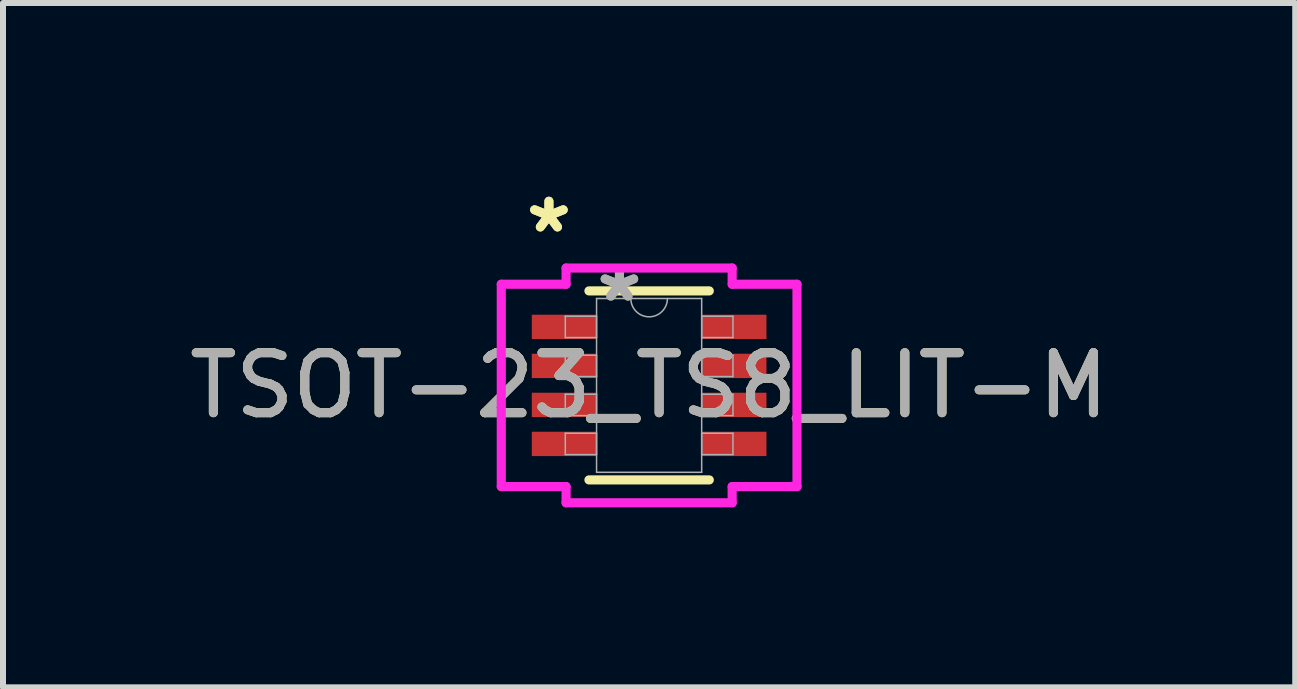
<source format=kicad_pcb>
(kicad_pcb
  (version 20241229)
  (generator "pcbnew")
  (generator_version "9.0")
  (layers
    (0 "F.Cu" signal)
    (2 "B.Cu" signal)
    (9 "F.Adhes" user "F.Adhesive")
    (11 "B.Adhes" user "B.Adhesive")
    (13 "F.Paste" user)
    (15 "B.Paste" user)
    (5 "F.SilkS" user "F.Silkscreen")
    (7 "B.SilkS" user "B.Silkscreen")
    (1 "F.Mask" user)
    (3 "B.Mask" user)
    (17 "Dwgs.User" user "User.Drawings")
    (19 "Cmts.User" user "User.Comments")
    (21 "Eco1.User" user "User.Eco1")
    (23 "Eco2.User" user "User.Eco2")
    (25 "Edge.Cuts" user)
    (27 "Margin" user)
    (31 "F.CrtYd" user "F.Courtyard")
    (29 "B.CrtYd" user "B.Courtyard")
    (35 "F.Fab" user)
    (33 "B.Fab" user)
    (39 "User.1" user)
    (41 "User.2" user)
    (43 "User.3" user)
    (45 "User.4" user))
  (footprint "TSOT-23_TS8_LIT-M"
    (layer "F.Cu")
    (at 7.768 3.373)
    (property "Reference" "TSOT-23_TS8_LIT-M" (at 0 0 0) (unlocked yes) (layer "F.SilkS") (effects (font (size 1 1) (thickness 0.15))))
    (attr smd)
    (fp_line (start -1.003 1.575) (end 1.003 1.575) (stroke (width 0.152) (type solid)) (layer "F.SilkS"))
    (fp_line (start 1.003 -1.575) (end -1.003 -1.575) (stroke (width 0.152) (type solid)) (layer "F.SilkS"))
    (fp_line (start -2.464 -1.686) (end -1.384 -1.686) (stroke (width 0.152) (type solid)) (layer "F.CrtYd"))
    (fp_line (start -2.464 1.686) (end -2.464 -1.686) (stroke (width 0.152) (type solid)) (layer "F.CrtYd"))
    (fp_line (start -2.464 1.686) (end -1.384 1.686) (stroke (width 0.152) (type solid)) (layer "F.CrtYd"))
    (fp_line (start -1.384 -1.956) (end 1.384 -1.956) (stroke (width 0.152) (type solid)) (layer "F.CrtYd"))
    (fp_line (start -1.384 -1.686) (end -1.384 -1.956) (stroke (width 0.152) (type solid)) (layer "F.CrtYd"))
    (fp_line (start -1.384 1.956) (end -1.384 1.686) (stroke (width 0.152) (type solid)) (layer "F.CrtYd"))
    (fp_line (start 1.384 -1.956) (end 1.384 -1.686) (stroke (width 0.152) (type solid)) (layer "F.CrtYd"))
    (fp_line (start 1.384 1.686) (end 1.384 1.956) (stroke (width 0.152) (type solid)) (layer "F.CrtYd"))
    (fp_line (start 1.384 1.956) (end -1.384 1.956) (stroke (width 0.152) (type solid)) (layer "F.CrtYd"))
    (fp_line (start 2.464 -1.686) (end 1.384 -1.686) (stroke (width 0.152) (type solid)) (layer "F.CrtYd"))
    (fp_line (start 2.464 -1.686) (end 2.464 1.686) (stroke (width 0.152) (type solid)) (layer "F.CrtYd"))
    (fp_line (start 2.464 1.686) (end 1.384 1.686) (stroke (width 0.152) (type solid)) (layer "F.CrtYd"))
    (fp_line (start -1.397 -1.153) (end -1.397 -0.797) (stroke (width 0.025) (type solid)) (layer "F.Fab"))
    (fp_line (start -1.397 -0.797) (end -0.876 -0.797) (stroke (width 0.025) (type solid)) (layer "F.Fab"))
    (fp_line (start -1.397 -0.503) (end -1.397 -0.147) (stroke (width 0.025) (type solid)) (layer "F.Fab"))
    (fp_line (start -1.397 -0.147) (end -0.876 -0.147) (stroke (width 0.025) (type solid)) (layer "F.Fab"))
    (fp_line (start -1.397 0.147) (end -1.397 0.503) (stroke (width 0.025) (type solid)) (layer "F.Fab"))
    (fp_line (start -1.397 0.503) (end -0.876 0.503) (stroke (width 0.025) (type solid)) (layer "F.Fab"))
    (fp_line (start -1.397 0.797) (end -1.397 1.153) (stroke (width 0.025) (type solid)) (layer "F.Fab"))
    (fp_line (start -1.397 1.153) (end -0.876 1.153) (stroke (width 0.025) (type solid)) (layer "F.Fab"))
    (fp_line (start -0.876 -1.448) (end -0.876 1.448) (stroke (width 0.025) (type solid)) (layer "F.Fab"))
    (fp_line (start -0.876 -1.153) (end -1.397 -1.153) (stroke (width 0.025) (type solid)) (layer "F.Fab"))
    (fp_line (start -0.876 -0.797) (end -0.876 -1.153) (stroke (width 0.025) (type solid)) (layer "F.Fab"))
    (fp_line (start -0.876 -0.503) (end -1.397 -0.503) (stroke (width 0.025) (type solid)) (layer "F.Fab"))
    (fp_line (start -0.876 -0.147) (end -0.876 -0.503) (stroke (width 0.025) (type solid)) (layer "F.Fab"))
    (fp_line (start -0.876 0.147) (end -1.397 0.147) (stroke (width 0.025) (type solid)) (layer "F.Fab"))
    (fp_line (start -0.876 0.503) (end -0.876 0.147) (stroke (width 0.025) (type solid)) (layer "F.Fab"))
    (fp_line (start -0.876 0.797) (end -1.397 0.797) (stroke (width 0.025) (type solid)) (layer "F.Fab"))
    (fp_line (start -0.876 1.153) (end -0.876 0.797) (stroke (width 0.025) (type solid)) (layer "F.Fab"))
    (fp_line (start -0.876 1.448) (end 0.876 1.448) (stroke (width 0.025) (type solid)) (layer "F.Fab"))
    (fp_line (start 0.876 -1.448) (end -0.876 -1.448) (stroke (width 0.025) (type solid)) (layer "F.Fab"))
    (fp_line (start 0.876 -1.153) (end 0.876 -0.797) (stroke (width 0.025) (type solid)) (layer "F.Fab"))
    (fp_line (start 0.876 -0.797) (end 1.397 -0.797) (stroke (width 0.025) (type solid)) (layer "F.Fab"))
    (fp_line (start 0.876 -0.503) (end 0.876 -0.147) (stroke (width 0.025) (type solid)) (layer "F.Fab"))
    (fp_line (start 0.876 -0.147) (end 1.397 -0.147) (stroke (width 0.025) (type solid)) (layer "F.Fab"))
    (fp_line (start 0.876 0.147) (end 0.876 0.503) (stroke (width 0.025) (type solid)) (layer "F.Fab"))
    (fp_line (start 0.876 0.503) (end 1.397 0.503) (stroke (width 0.025) (type solid)) (layer "F.Fab"))
    (fp_line (start 0.876 0.797) (end 0.876 1.153) (stroke (width 0.025) (type solid)) (layer "F.Fab"))
    (fp_line (start 0.876 1.153) (end 1.397 1.153) (stroke (width 0.025) (type solid)) (layer "F.Fab"))
    (fp_line (start 0.876 1.448) (end 0.876 -1.448) (stroke (width 0.025) (type solid)) (layer "F.Fab"))
    (fp_line (start 1.397 -1.153) (end 0.876 -1.153) (stroke (width 0.025) (type solid)) (layer "F.Fab"))
    (fp_line (start 1.397 -0.797) (end 1.397 -1.153) (stroke (width 0.025) (type solid)) (layer "F.Fab"))
    (fp_line (start 1.397 -0.503) (end 0.876 -0.503) (stroke (width 0.025) (type solid)) (layer "F.Fab"))
    (fp_line (start 1.397 -0.147) (end 1.397 -0.503) (stroke (width 0.025) (type solid)) (layer "F.Fab"))
    (fp_line (start 1.397 0.147) (end 0.876 0.147) (stroke (width 0.025) (type solid)) (layer "F.Fab"))
    (fp_line (start 1.397 0.503) (end 1.397 0.147) (stroke (width 0.025) (type solid)) (layer "F.Fab"))
    (fp_line (start 1.397 0.797) (end 0.876 0.797) (stroke (width 0.025) (type solid)) (layer "F.Fab"))
    (fp_line (start 1.397 1.153) (end 1.397 0.797) (stroke (width 0.025) (type solid)) (layer "F.Fab"))
    (fp_arc (start 0.3048 -1.4478) (mid 0 -1.143) (end -0.3048 -1.4478) (stroke (width 0.0254) (type solid)) (layer "F.Fab"))
    (fp_text user "*" (at -1.67 -2.524 0) (unlocked yes) (layer "F.SilkS") (effects (font (size 1 1) (thickness 0.15))))
    (fp_text user "*" (at -1.67 -2.524 0) (layer "F.SilkS") (effects (font (size 1 1) (thickness 0.15))))
    (fp_text user "${REFERENCE}" (at 0 0 0) (unlocked yes) (layer "F.Fab") (effects (font (size 1 1) (thickness 0.15))))
    (fp_text user "*" (at -0.495 -1.372 0) (unlocked yes) (layer "F.Fab") (effects (font (size 1 1) (thickness 0.15))))
    (fp_text user "*" (at -0.495 -1.372 0) (layer "F.Fab") (effects (font (size 1 1) (thickness 0.15))))
    (pad "1" smd rect (at -1.416 -0.975) (size 1.079 0.406) (layers "F.Cu" "F.Mask" "F.Paste"))
    (pad "2" smd rect (at -1.416 -0.325) (size 1.079 0.406) (layers "F.Cu" "F.Mask" "F.Paste"))
    (pad "3" smd rect (at -1.416 0.325) (size 1.079 0.406) (layers "F.Cu" "F.Mask" "F.Paste"))
    (pad "4" smd rect (at -1.416 0.975) (size 1.079 0.406) (layers "F.Cu" "F.Mask" "F.Paste"))
    (pad "5" smd rect (at 1.416 0.975) (size 1.079 0.406) (layers "F.Cu" "F.Mask" "F.Paste"))
    (pad "6" smd rect (at 1.416 0.325) (size 1.079 0.406) (layers "F.Cu" "F.Mask" "F.Paste"))
    (pad "7" smd rect (at 1.416 -0.325) (size 1.079 0.406) (layers "F.Cu" "F.Mask" "F.Paste"))
    (pad "8" smd rect (at 1.416 -0.975) (size 1.079 0.406) (layers "F.Cu" "F.Mask" "F.Paste")))
  (gr_rect
    (start -3 -3)
    (end 18.536 8.405)
    (stroke (width 0.1) (type default))
    (fill no)
    (layer "Edge.Cuts")))
</source>
